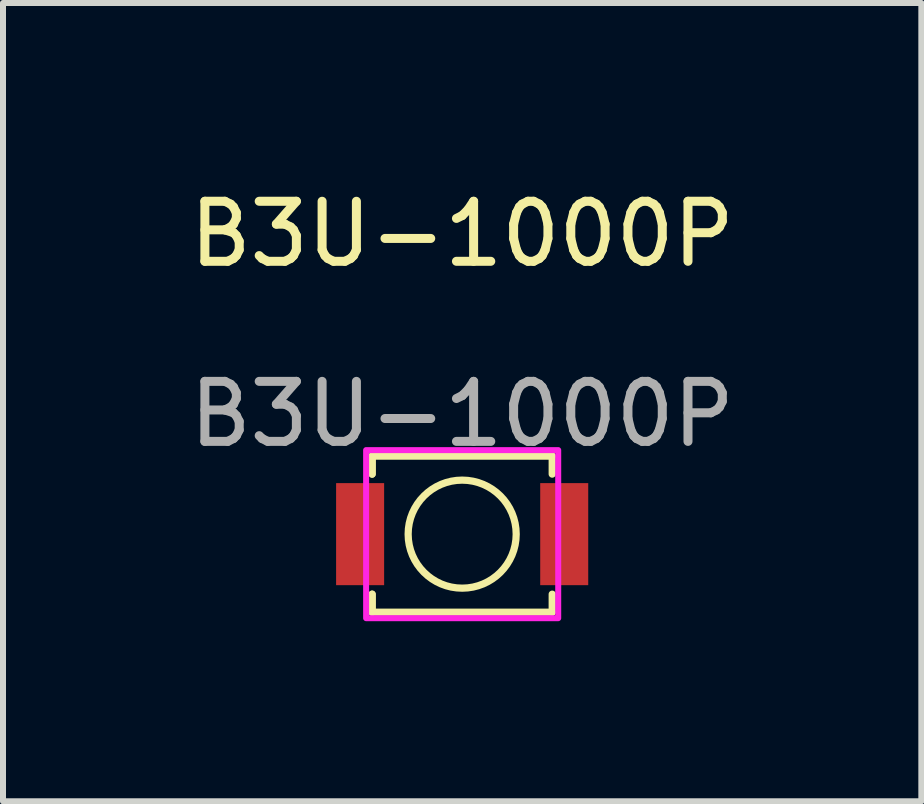
<source format=kicad_pcb>
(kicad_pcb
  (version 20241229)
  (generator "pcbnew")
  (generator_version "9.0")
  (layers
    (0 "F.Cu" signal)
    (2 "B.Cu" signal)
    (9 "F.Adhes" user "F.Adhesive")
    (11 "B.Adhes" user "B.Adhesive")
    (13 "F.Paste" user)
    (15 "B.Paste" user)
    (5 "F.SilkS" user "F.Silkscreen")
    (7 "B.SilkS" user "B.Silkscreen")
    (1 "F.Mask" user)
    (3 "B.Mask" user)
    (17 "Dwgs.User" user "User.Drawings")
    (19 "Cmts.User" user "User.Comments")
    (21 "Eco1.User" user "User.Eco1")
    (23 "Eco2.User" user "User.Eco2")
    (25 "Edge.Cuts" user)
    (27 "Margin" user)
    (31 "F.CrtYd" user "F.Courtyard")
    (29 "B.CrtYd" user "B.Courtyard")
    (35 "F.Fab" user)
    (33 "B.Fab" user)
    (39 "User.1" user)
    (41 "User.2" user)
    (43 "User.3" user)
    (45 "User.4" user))
  (footprint "B3U-1000P"
    (layer "F.Cu")
    (at 4.649 5.848)
    (property "Reference" "B3U-1000P" (at 0 -5 0) (unlocked yes) (layer "F.SilkS") (effects (font (size 1 1) (thickness 0.15))))
    (attr smd)
    (fp_line (start -1.5 -1.3) (end -1.5 -1) (stroke (width 0.12) (type default)) (layer "F.SilkS"))
    (fp_line (start -1.5 -1.3) (end 1.5 -1.3) (stroke (width 0.12) (type default)) (layer "F.SilkS"))
    (fp_line (start -1.5 -1) (end -1.5 -1.3) (stroke (width 0.12) (type default)) (layer "F.SilkS"))
    (fp_line (start -1.5 1) (end -1.5 1.3) (stroke (width 0.12) (type default)) (layer "F.SilkS"))
    (fp_line (start -1.5 1.3) (end -1.5 1) (stroke (width 0.12) (type default)) (layer "F.SilkS"))
    (fp_line (start -1.5 1.3) (end 1.5 1.3) (stroke (width 0.12) (type default)) (layer "F.SilkS"))
    (fp_line (start 1.5 -1.3) (end 1.5 -1) (stroke (width 0.12) (type default)) (layer "F.SilkS"))
    (fp_line (start 1.5 1.3) (end 1.5 1) (stroke (width 0.12) (type default)) (layer "F.SilkS"))
    (fp_circle (center 0 0) (end 0 -0.9) (stroke (width 0.12) (type default)) (fill no) (layer "F.SilkS"))
    (fp_rect (start -1.6 -1.4) (end 1.6 1.4) (stroke (width 0.1) (type default)) (fill no) (layer "F.CrtYd"))
    (fp_text user "${REFERENCE}" (at 0 -2 0) (unlocked yes) (layer "F.Fab") (effects (font (size 1 1) (thickness 0.15))))
    (pad "1" smd rect (at -1.7 0 90) (size 1.7 0.8) (layers "F.Cu" "F.Mask" "F.Paste"))
    (pad "2" smd rect (at 1.7 0 90) (size 1.7 0.8) (layers "F.Cu" "F.Mask" "F.Paste")))
  (gr_rect
    (start -3 -3)
    (end 12.298 10.298)
    (stroke (width 0.1) (type default))
    (fill no)
    (layer "Edge.Cuts")))
</source>
